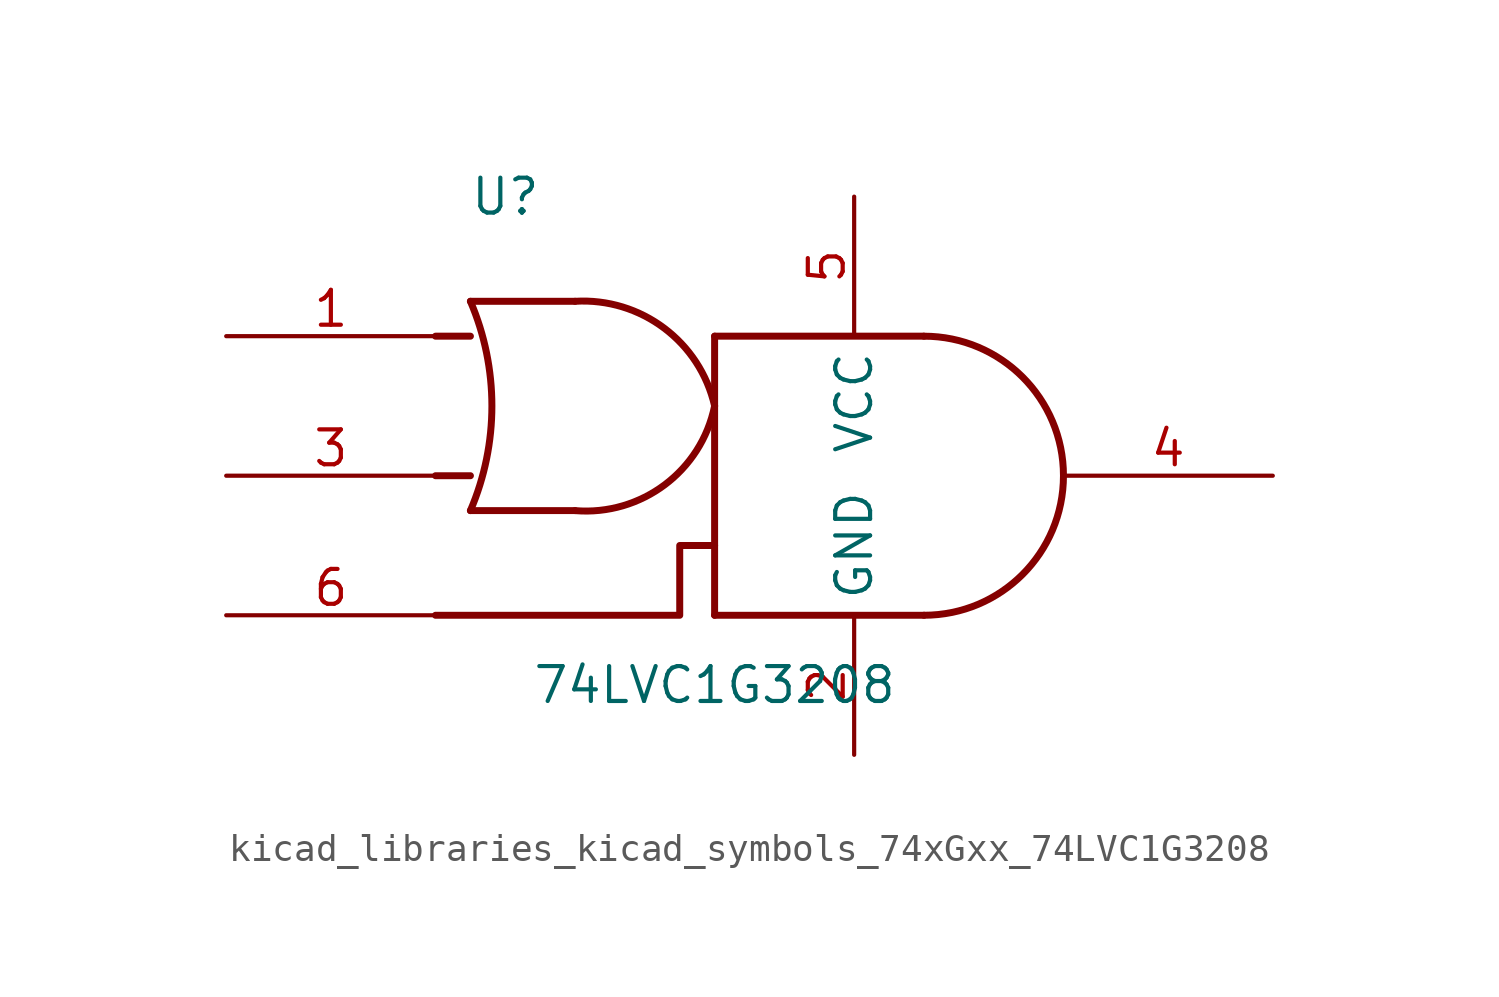
<source format=kicad_sym>
(kicad_symbol_lib
  (version 20220914)
  (generator kicad_symbol_editor)
  (symbol "kicad_libraries_kicad_symbols_74xGxx_74LVC1G3208"
    (property "Reference" "U"
      (at -7.62 10.16 0)
      (effects (font (size 1.27 1.27))))
    (property "Value" "74LVC1G3208"
      (at 0 -7.62 0)
      (effects (font (size 1.27 1.27))))
    (symbol "kicad_libraries_kicad_symbols_74xGxx_74LVC1G3208_0_1"
      (arc (start -8.89 -1.27) (mid -8.108 2.54) (end -8.89 6.35) (stroke (width 0.254) (type default)) (fill (type none)))
      (arc (start -5.08 -1.27) (mid -1.8194 -0.3322) (end 0 2.54) (stroke (width 0.254) (type default)) (fill (type none)))
      (polyline (pts (xy -10.16 0) (xy -8.89 0)) (stroke (width 0.254) (type default)) (fill (type background)))
      (polyline (pts (xy -10.16 5.08) (xy -8.89 5.08)) (stroke (width 0.254) (type default)) (fill (type background)))
      (polyline (pts (xy -5.08 -1.27) (xy -8.89 -1.27)) (stroke (width 0.254) (type default)) (fill (type background)))
      (polyline (pts (xy -5.08 6.35) (xy -8.89 6.35)) (stroke (width 0.254) (type default)) (fill (type background)))
      (polyline (pts (xy 0 5.08) (xy 0 -5.08)) (stroke (width 0.254) (type default)) (fill (type background)))
      (polyline (pts (xy 7.62 -5.08) (xy 0 -5.08)) (stroke (width 0.254) (type default)) (fill (type background)))
      (polyline (pts (xy 7.62 5.08) (xy 0 5.08)) (stroke (width 0.254) (type default)) (fill (type background)))
      (polyline (pts (xy 0 -2.54) (xy -1.27 -2.54) (xy -1.27 -3.81) (xy -1.27 -5.08) (xy -10.16 -5.08)) (stroke (width 0.254) (type default)) (fill (type none)))
      (arc (start 0 2.54) (mid -1.8444 5.3784) (end -5.08 6.35) (stroke (width 0.254) (type default)) (fill (type none)))
      (arc (start 7.62 -5.08) (mid 12.6779 0) (end 7.62 5.08) (stroke (width 0.254) (type default)) (fill (type none))))
    (symbol "kicad_libraries_kicad_symbols_74xGxx_74LVC1G3208_1_1"
      (pin input line (at -17.78 5.08 0) (length 7.62) (name "~" (effects (font (size 1.27 1.27)))) (number "1" (effects (font (size 1.27 1.27)))))
      (pin power_in line (at 5.08 -10.16 90) (length 5.08) (name "GND" (effects (font (size 1.27 1.27)))) (number "2" (effects (font (size 1.27 1.27)))))
      (pin input line (at -17.78 0 0) (length 7.62) (name "~" (effects (font (size 1.27 1.27)))) (number "3" (effects (font (size 1.27 1.27)))))
      (pin output line (at 20.32 0 180) (length 7.62) (name "~" (effects (font (size 1.27 1.27)))) (number "4" (effects (font (size 1.27 1.27)))))
      (pin power_in line (at 5.08 10.16 270) (length 5.08) (name "VCC" (effects (font (size 1.27 1.27)))) (number "5" (effects (font (size 1.27 1.27)))))
      (pin input line (at -17.78 -5.08 0) (length 7.62) (name "~" (effects (font (size 1.27 1.27)))) (number "6" (effects (font (size 1.27 1.27))))))))
</source>
